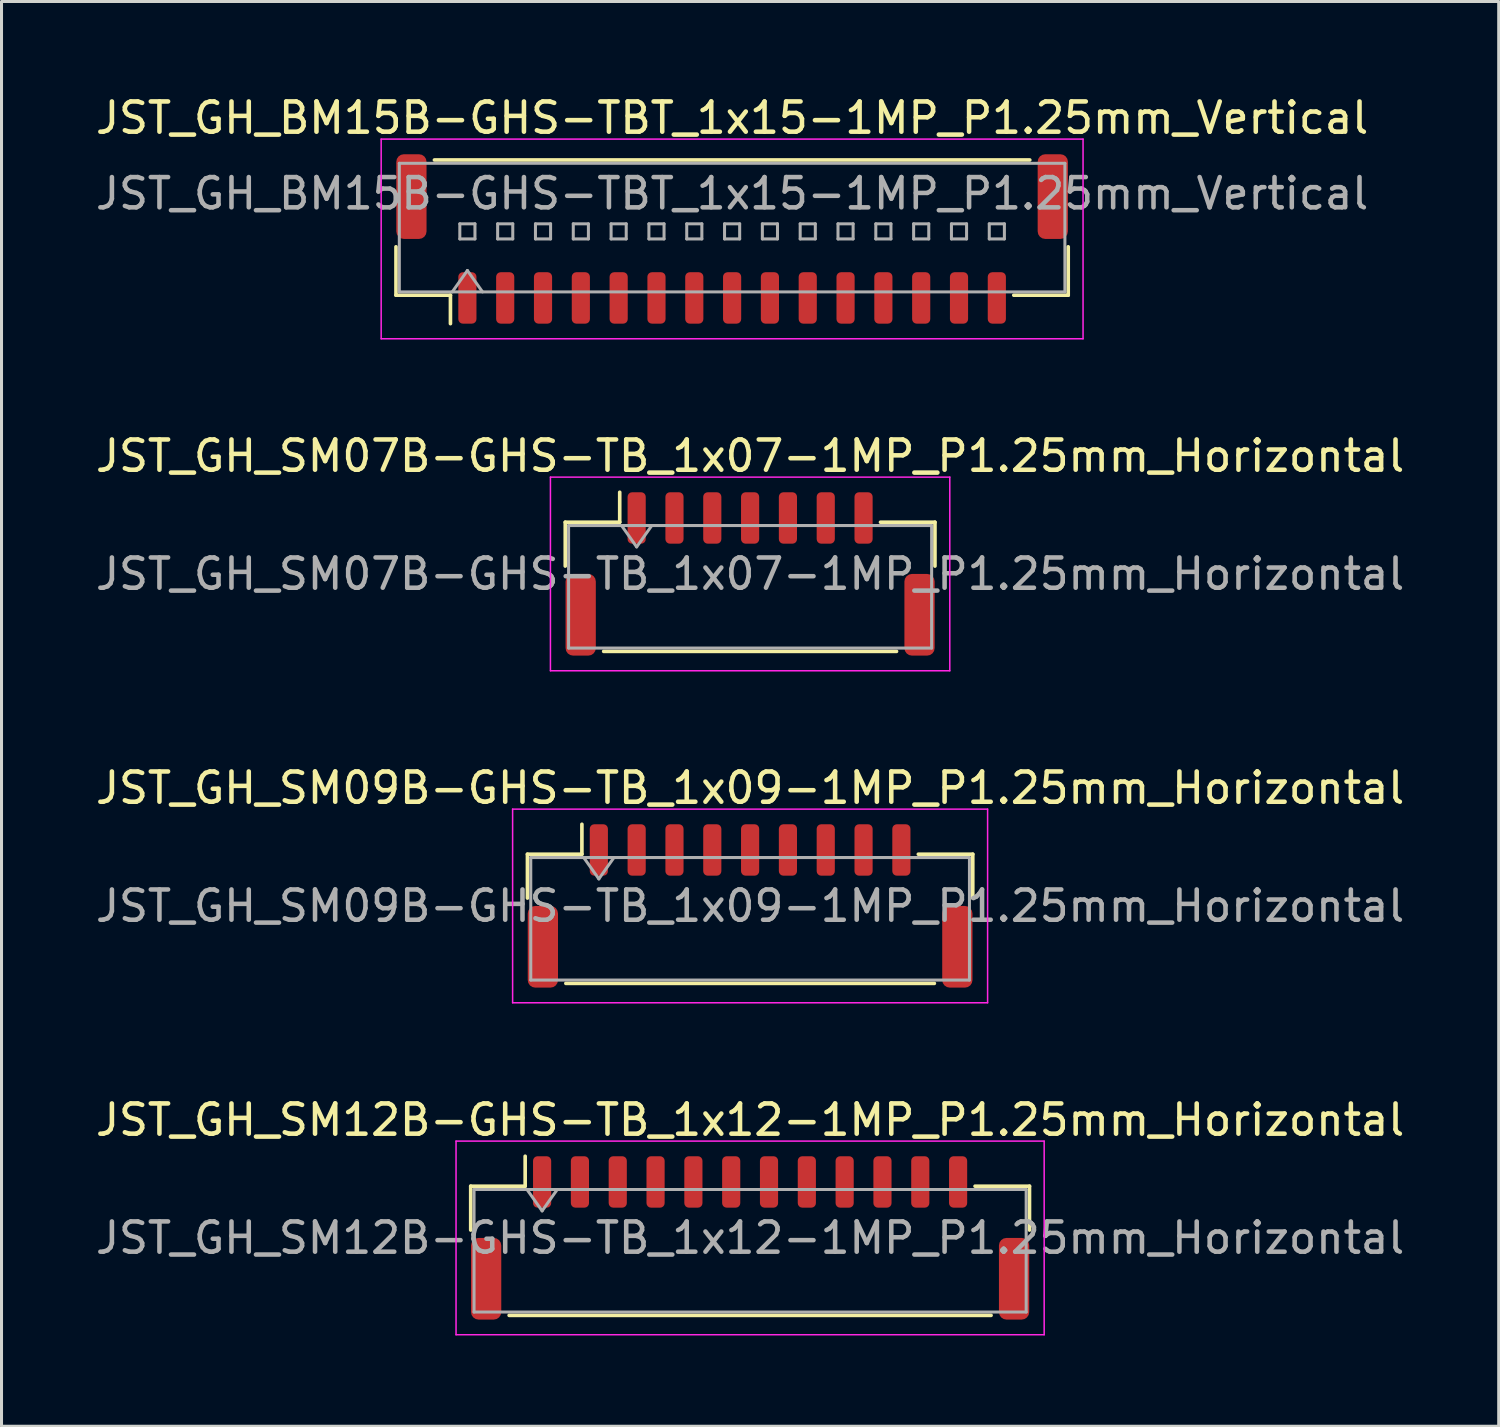
<source format=kicad_pcb>
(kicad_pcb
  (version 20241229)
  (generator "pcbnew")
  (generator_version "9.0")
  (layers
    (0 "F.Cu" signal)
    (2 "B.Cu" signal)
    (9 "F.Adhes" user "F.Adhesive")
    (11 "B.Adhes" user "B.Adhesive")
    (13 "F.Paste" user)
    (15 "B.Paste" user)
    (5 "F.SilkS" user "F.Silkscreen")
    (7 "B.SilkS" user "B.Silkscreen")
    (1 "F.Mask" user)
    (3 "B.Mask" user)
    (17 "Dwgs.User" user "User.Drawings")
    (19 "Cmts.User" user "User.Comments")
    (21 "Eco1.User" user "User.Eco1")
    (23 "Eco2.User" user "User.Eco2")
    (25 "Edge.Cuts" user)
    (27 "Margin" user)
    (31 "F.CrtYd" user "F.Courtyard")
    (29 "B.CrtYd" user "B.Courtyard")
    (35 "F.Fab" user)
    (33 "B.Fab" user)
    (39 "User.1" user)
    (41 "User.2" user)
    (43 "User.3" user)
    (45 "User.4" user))
  (footprint "JST_GH_SM12B-GHS-TB_1x12-1MP_P1.25mm_Horizontal"
    (layer "F.Cu")
    (at 21.744 37.868)
    (property "Reference" "JST_GH_SM12B-GHS-TB_1x12-1MP_P1.25mm_Horizontal" (at 0 -3.9 0) (layer "F.SilkS") (effects (font (size 1 1) (thickness 0.15))))
    (attr smd)
    (fp_line (start -9.235 -1.71) (end -7.435 -1.71) (stroke (width 0.12) (type solid)) (layer "F.SilkS"))
    (fp_line (start -9.235 -0.26) (end -9.235 -1.71) (stroke (width 0.12) (type solid)) (layer "F.SilkS"))
    (fp_line (start -7.965 2.56) (end 7.965 2.56) (stroke (width 0.12) (type solid)) (layer "F.SilkS"))
    (fp_line (start -7.435 -1.71) (end -7.435 -2.7) (stroke (width 0.12) (type solid)) (layer "F.SilkS"))
    (fp_line (start 9.235 -1.71) (end 7.435 -1.71) (stroke (width 0.12) (type solid)) (layer "F.SilkS"))
    (fp_line (start 9.235 -0.26) (end 9.235 -1.71) (stroke (width 0.12) (type solid)) (layer "F.SilkS"))
    (fp_line (start -9.72 -3.2) (end -9.72 3.2) (stroke (width 0.05) (type solid)) (layer "F.CrtYd"))
    (fp_line (start -9.72 3.2) (end 9.72 3.2) (stroke (width 0.05) (type solid)) (layer "F.CrtYd"))
    (fp_line (start 9.72 -3.2) (end -9.72 -3.2) (stroke (width 0.05) (type solid)) (layer "F.CrtYd"))
    (fp_line (start 9.72 3.2) (end 9.72 -3.2) (stroke (width 0.05) (type solid)) (layer "F.CrtYd"))
    (fp_line (start -9.125 -1.6) (end -9.125 2.45) (stroke (width 0.1) (type solid)) (layer "F.Fab"))
    (fp_line (start -9.125 -1.6) (end 9.125 -1.6) (stroke (width 0.1) (type solid)) (layer "F.Fab"))
    (fp_line (start -9.125 2.45) (end 9.125 2.45) (stroke (width 0.1) (type solid)) (layer "F.Fab"))
    (fp_line (start -7.375 -1.6) (end -6.875 -0.893) (stroke (width 0.1) (type solid)) (layer "F.Fab"))
    (fp_line (start -6.875 -0.893) (end -6.375 -1.6) (stroke (width 0.1) (type solid)) (layer "F.Fab"))
    (fp_line (start 9.125 -1.6) (end 9.125 2.45) (stroke (width 0.1) (type solid)) (layer "F.Fab"))
    (fp_text user "${REFERENCE}" (at 0 0 0) (layer "F.Fab") (effects (font (size 1 1) (thickness 0.15))))
    (pad "1" smd roundrect (at -6.875 -1.85) (size 0.6 1.7) (layers "F.Cu" "F.Mask" "F.Paste") (roundrect_rratio 0.25))
    (pad "2" smd roundrect (at -5.625 -1.85) (size 0.6 1.7) (layers "F.Cu" "F.Mask" "F.Paste") (roundrect_rratio 0.25))
    (pad "3" smd roundrect (at -4.375 -1.85) (size 0.6 1.7) (layers "F.Cu" "F.Mask" "F.Paste") (roundrect_rratio 0.25))
    (pad "4" smd roundrect (at -3.125 -1.85) (size 0.6 1.7) (layers "F.Cu" "F.Mask" "F.Paste") (roundrect_rratio 0.25))
    (pad "5" smd roundrect (at -1.875 -1.85) (size 0.6 1.7) (layers "F.Cu" "F.Mask" "F.Paste") (roundrect_rratio 0.25))
    (pad "6" smd roundrect (at -0.625 -1.85) (size 0.6 1.7) (layers "F.Cu" "F.Mask" "F.Paste") (roundrect_rratio 0.25))
    (pad "7" smd roundrect (at 0.625 -1.85) (size 0.6 1.7) (layers "F.Cu" "F.Mask" "F.Paste") (roundrect_rratio 0.25))
    (pad "8" smd roundrect (at 1.875 -1.85) (size 0.6 1.7) (layers "F.Cu" "F.Mask" "F.Paste") (roundrect_rratio 0.25))
    (pad "9" smd roundrect (at 3.125 -1.85) (size 0.6 1.7) (layers "F.Cu" "F.Mask" "F.Paste") (roundrect_rratio 0.25))
    (pad "10" smd roundrect (at 4.375 -1.85) (size 0.6 1.7) (layers "F.Cu" "F.Mask" "F.Paste") (roundrect_rratio 0.25))
    (pad "11" smd roundrect (at 5.625 -1.85) (size 0.6 1.7) (layers "F.Cu" "F.Mask" "F.Paste") (roundrect_rratio 0.25))
    (pad "12" smd roundrect (at 6.875 -1.85) (size 0.6 1.7) (layers "F.Cu" "F.Mask" "F.Paste") (roundrect_rratio 0.25))
    (pad "MP" smd roundrect (at -8.725 1.35) (size 1 2.7) (layers "F.Cu" "F.Mask" "F.Paste") (roundrect_rratio 0.25))
    (pad "MP" smd roundrect (at 8.725 1.35) (size 1 2.7) (layers "F.Cu" "F.Mask" "F.Paste") (roundrect_rratio 0.25)))
  (footprint "JST_GH_BM15B-GHS-TBT_1x15-1MP_P1.25mm_Vertical"
    (layer "F.Cu")
    (at 21.149 4.848)
    (property "Reference" "JST_GH_BM15B-GHS-TBT_1x15-1MP_P1.25mm_Vertical" (at 0 -4 0) (layer "F.SilkS") (effects (font (size 1 1) (thickness 0.15))))
    (attr smd)
    (fp_line (start -11.11 0.26) (end -11.11 1.86) (stroke (width 0.12) (type solid)) (layer "F.SilkS"))
    (fp_line (start -11.11 1.86) (end -9.31 1.86) (stroke (width 0.12) (type solid)) (layer "F.SilkS"))
    (fp_line (start -9.84 -2.61) (end 9.84 -2.61) (stroke (width 0.12) (type solid)) (layer "F.SilkS"))
    (fp_line (start -9.31 1.86) (end -9.31 2.8) (stroke (width 0.12) (type solid)) (layer "F.SilkS"))
    (fp_line (start 11.11 0.26) (end 11.11 1.86) (stroke (width 0.12) (type solid)) (layer "F.SilkS"))
    (fp_line (start 11.11 1.86) (end 9.31 1.86) (stroke (width 0.12) (type solid)) (layer "F.SilkS"))
    (fp_line (start -11.6 -3.3) (end -11.6 3.3) (stroke (width 0.05) (type solid)) (layer "F.CrtYd"))
    (fp_line (start -11.6 3.3) (end 11.6 3.3) (stroke (width 0.05) (type solid)) (layer "F.CrtYd"))
    (fp_line (start 11.6 -3.3) (end -11.6 -3.3) (stroke (width 0.05) (type solid)) (layer "F.CrtYd"))
    (fp_line (start 11.6 3.3) (end 11.6 -3.3) (stroke (width 0.05) (type solid)) (layer "F.CrtYd"))
    (fp_line (start -11 -2.5) (end 11 -2.5) (stroke (width 0.1) (type solid)) (layer "F.Fab"))
    (fp_line (start -11 1.75) (end -11 -2.5) (stroke (width 0.1) (type solid)) (layer "F.Fab"))
    (fp_line (start -11 1.75) (end 11 1.75) (stroke (width 0.1) (type solid)) (layer "F.Fab"))
    (fp_line (start -9.25 1.75) (end -8.75 1.043) (stroke (width 0.1) (type solid)) (layer "F.Fab"))
    (fp_line (start -9 -0.5) (end -9 0) (stroke (width 0.1) (type solid)) (layer "F.Fab"))
    (fp_line (start -9 0) (end -8.5 0) (stroke (width 0.1) (type solid)) (layer "F.Fab"))
    (fp_line (start -8.75 1.043) (end -8.25 1.75) (stroke (width 0.1) (type solid)) (layer "F.Fab"))
    (fp_line (start -8.5 -0.5) (end -9 -0.5) (stroke (width 0.1) (type solid)) (layer "F.Fab"))
    (fp_line (start -8.5 0) (end -8.5 -0.5) (stroke (width 0.1) (type solid)) (layer "F.Fab"))
    (fp_line (start -7.75 -0.5) (end -7.75 0) (stroke (width 0.1) (type solid)) (layer "F.Fab"))
    (fp_line (start -7.75 0) (end -7.25 0) (stroke (width 0.1) (type solid)) (layer "F.Fab"))
    (fp_line (start -7.25 -0.5) (end -7.75 -0.5) (stroke (width 0.1) (type solid)) (layer "F.Fab"))
    (fp_line (start -7.25 0) (end -7.25 -0.5) (stroke (width 0.1) (type solid)) (layer "F.Fab"))
    (fp_line (start -6.5 -0.5) (end -6.5 0) (stroke (width 0.1) (type solid)) (layer "F.Fab"))
    (fp_line (start -6.5 0) (end -6 0) (stroke (width 0.1) (type solid)) (layer "F.Fab"))
    (fp_line (start -6 -0.5) (end -6.5 -0.5) (stroke (width 0.1) (type solid)) (layer "F.Fab"))
    (fp_line (start -6 0) (end -6 -0.5) (stroke (width 0.1) (type solid)) (layer "F.Fab"))
    (fp_line (start -5.25 -0.5) (end -5.25 0) (stroke (width 0.1) (type solid)) (layer "F.Fab"))
    (fp_line (start -5.25 0) (end -4.75 0) (stroke (width 0.1) (type solid)) (layer "F.Fab"))
    (fp_line (start -4.75 -0.5) (end -5.25 -0.5) (stroke (width 0.1) (type solid)) (layer "F.Fab"))
    (fp_line (start -4.75 0) (end -4.75 -0.5) (stroke (width 0.1) (type solid)) (layer "F.Fab"))
    (fp_line (start -4 -0.5) (end -4 0) (stroke (width 0.1) (type solid)) (layer "F.Fab"))
    (fp_line (start -4 0) (end -3.5 0) (stroke (width 0.1) (type solid)) (layer "F.Fab"))
    (fp_line (start -3.5 -0.5) (end -4 -0.5) (stroke (width 0.1) (type solid)) (layer "F.Fab"))
    (fp_line (start -3.5 0) (end -3.5 -0.5) (stroke (width 0.1) (type solid)) (layer "F.Fab"))
    (fp_line (start -2.75 -0.5) (end -2.75 0) (stroke (width 0.1) (type solid)) (layer "F.Fab"))
    (fp_line (start -2.75 0) (end -2.25 0) (stroke (width 0.1) (type solid)) (layer "F.Fab"))
    (fp_line (start -2.25 -0.5) (end -2.75 -0.5) (stroke (width 0.1) (type solid)) (layer "F.Fab"))
    (fp_line (start -2.25 0) (end -2.25 -0.5) (stroke (width 0.1) (type solid)) (layer "F.Fab"))
    (fp_line (start -1.5 -0.5) (end -1.5 0) (stroke (width 0.1) (type solid)) (layer "F.Fab"))
    (fp_line (start -1.5 0) (end -1 0) (stroke (width 0.1) (type solid)) (layer "F.Fab"))
    (fp_line (start -1 -0.5) (end -1.5 -0.5) (stroke (width 0.1) (type solid)) (layer "F.Fab"))
    (fp_line (start -1 0) (end -1 -0.5) (stroke (width 0.1) (type solid)) (layer "F.Fab"))
    (fp_line (start -0.25 -0.5) (end -0.25 0) (stroke (width 0.1) (type solid)) (layer "F.Fab"))
    (fp_line (start -0.25 0) (end 0.25 0) (stroke (width 0.1) (type solid)) (layer "F.Fab"))
    (fp_line (start 0.25 -0.5) (end -0.25 -0.5) (stroke (width 0.1) (type solid)) (layer "F.Fab"))
    (fp_line (start 0.25 0) (end 0.25 -0.5) (stroke (width 0.1) (type solid)) (layer "F.Fab"))
    (fp_line (start 1 -0.5) (end 1 0) (stroke (width 0.1) (type solid)) (layer "F.Fab"))
    (fp_line (start 1 0) (end 1.5 0) (stroke (width 0.1) (type solid)) (layer "F.Fab"))
    (fp_line (start 1.5 -0.5) (end 1 -0.5) (stroke (width 0.1) (type solid)) (layer "F.Fab"))
    (fp_line (start 1.5 0) (end 1.5 -0.5) (stroke (width 0.1) (type solid)) (layer "F.Fab"))
    (fp_line (start 2.25 -0.5) (end 2.25 0) (stroke (width 0.1) (type solid)) (layer "F.Fab"))
    (fp_line (start 2.25 0) (end 2.75 0) (stroke (width 0.1) (type solid)) (layer "F.Fab"))
    (fp_line (start 2.75 -0.5) (end 2.25 -0.5) (stroke (width 0.1) (type solid)) (layer "F.Fab"))
    (fp_line (start 2.75 0) (end 2.75 -0.5) (stroke (width 0.1) (type solid)) (layer "F.Fab"))
    (fp_line (start 3.5 -0.5) (end 3.5 0) (stroke (width 0.1) (type solid)) (layer "F.Fab"))
    (fp_line (start 3.5 0) (end 4 0) (stroke (width 0.1) (type solid)) (layer "F.Fab"))
    (fp_line (start 4 -0.5) (end 3.5 -0.5) (stroke (width 0.1) (type solid)) (layer "F.Fab"))
    (fp_line (start 4 0) (end 4 -0.5) (stroke (width 0.1) (type solid)) (layer "F.Fab"))
    (fp_line (start 4.75 -0.5) (end 4.75 0) (stroke (width 0.1) (type solid)) (layer "F.Fab"))
    (fp_line (start 4.75 0) (end 5.25 0) (stroke (width 0.1) (type solid)) (layer "F.Fab"))
    (fp_line (start 5.25 -0.5) (end 4.75 -0.5) (stroke (width 0.1) (type solid)) (layer "F.Fab"))
    (fp_line (start 5.25 0) (end 5.25 -0.5) (stroke (width 0.1) (type solid)) (layer "F.Fab"))
    (fp_line (start 6 -0.5) (end 6 0) (stroke (width 0.1) (type solid)) (layer "F.Fab"))
    (fp_line (start 6 0) (end 6.5 0) (stroke (width 0.1) (type solid)) (layer "F.Fab"))
    (fp_line (start 6.5 -0.5) (end 6 -0.5) (stroke (width 0.1) (type solid)) (layer "F.Fab"))
    (fp_line (start 6.5 0) (end 6.5 -0.5) (stroke (width 0.1) (type solid)) (layer "F.Fab"))
    (fp_line (start 7.25 -0.5) (end 7.25 0) (stroke (width 0.1) (type solid)) (layer "F.Fab"))
    (fp_line (start 7.25 0) (end 7.75 0) (stroke (width 0.1) (type solid)) (layer "F.Fab"))
    (fp_line (start 7.75 -0.5) (end 7.25 -0.5) (stroke (width 0.1) (type solid)) (layer "F.Fab"))
    (fp_line (start 7.75 0) (end 7.75 -0.5) (stroke (width 0.1) (type solid)) (layer "F.Fab"))
    (fp_line (start 8.5 -0.5) (end 8.5 0) (stroke (width 0.1) (type solid)) (layer "F.Fab"))
    (fp_line (start 8.5 0) (end 9 0) (stroke (width 0.1) (type solid)) (layer "F.Fab"))
    (fp_line (start 9 -0.5) (end 8.5 -0.5) (stroke (width 0.1) (type solid)) (layer "F.Fab"))
    (fp_line (start 9 0) (end 9 -0.5) (stroke (width 0.1) (type solid)) (layer "F.Fab"))
    (fp_line (start 11 1.75) (end 11 -2.5) (stroke (width 0.1) (type solid)) (layer "F.Fab"))
    (fp_text user "${REFERENCE}" (at 0 -1.5 0) (layer "F.Fab") (effects (font (size 1 1) (thickness 0.15))))
    (pad "1" smd roundrect (at -8.75 1.95) (size 0.6 1.7) (layers "F.Cu" "F.Mask" "F.Paste") (roundrect_rratio 0.25))
    (pad "2" smd roundrect (at -7.5 1.95) (size 0.6 1.7) (layers "F.Cu" "F.Mask" "F.Paste") (roundrect_rratio 0.25))
    (pad "3" smd roundrect (at -6.25 1.95) (size 0.6 1.7) (layers "F.Cu" "F.Mask" "F.Paste") (roundrect_rratio 0.25))
    (pad "4" smd roundrect (at -5 1.95) (size 0.6 1.7) (layers "F.Cu" "F.Mask" "F.Paste") (roundrect_rratio 0.25))
    (pad "5" smd roundrect (at -3.75 1.95) (size 0.6 1.7) (layers "F.Cu" "F.Mask" "F.Paste") (roundrect_rratio 0.25))
    (pad "6" smd roundrect (at -2.5 1.95) (size 0.6 1.7) (layers "F.Cu" "F.Mask" "F.Paste") (roundrect_rratio 0.25))
    (pad "7" smd roundrect (at -1.25 1.95) (size 0.6 1.7) (layers "F.Cu" "F.Mask" "F.Paste") (roundrect_rratio 0.25))
    (pad "8" smd roundrect (at 0 1.95) (size 0.6 1.7) (layers "F.Cu" "F.Mask" "F.Paste") (roundrect_rratio 0.25))
    (pad "9" smd roundrect (at 1.25 1.95) (size 0.6 1.7) (layers "F.Cu" "F.Mask" "F.Paste") (roundrect_rratio 0.25))
    (pad "10" smd roundrect (at 2.5 1.95) (size 0.6 1.7) (layers "F.Cu" "F.Mask" "F.Paste") (roundrect_rratio 0.25))
    (pad "11" smd roundrect (at 3.75 1.95) (size 0.6 1.7) (layers "F.Cu" "F.Mask" "F.Paste") (roundrect_rratio 0.25))
    (pad "12" smd roundrect (at 5 1.95) (size 0.6 1.7) (layers "F.Cu" "F.Mask" "F.Paste") (roundrect_rratio 0.25))
    (pad "13" smd roundrect (at 6.25 1.95) (size 0.6 1.7) (layers "F.Cu" "F.Mask" "F.Paste") (roundrect_rratio 0.25))
    (pad "14" smd roundrect (at 7.5 1.95) (size 0.6 1.7) (layers "F.Cu" "F.Mask" "F.Paste") (roundrect_rratio 0.25))
    (pad "15" smd roundrect (at 8.75 1.95) (size 0.6 1.7) (layers "F.Cu" "F.Mask" "F.Paste") (roundrect_rratio 0.25))
    (pad "MP" smd roundrect (at -10.6 -1.4) (size 1 2.8) (layers "F.Cu" "F.Mask" "F.Paste") (roundrect_rratio 0.25))
    (pad "MP" smd roundrect (at 10.6 -1.4) (size 1 2.8) (layers "F.Cu" "F.Mask" "F.Paste") (roundrect_rratio 0.25)))
  (footprint "JST_GH_SM09B-GHS-TB_1x09-1MP_P1.25mm_Horizontal"
    (layer "F.Cu")
    (at 21.744 26.895)
    (property "Reference" "JST_GH_SM09B-GHS-TB_1x09-1MP_P1.25mm_Horizontal" (at 0 -3.9 0) (layer "F.SilkS") (effects (font (size 1 1) (thickness 0.15))))
    (attr smd)
    (fp_line (start -7.36 -1.71) (end -5.56 -1.71) (stroke (width 0.12) (type solid)) (layer "F.SilkS"))
    (fp_line (start -7.36 -0.26) (end -7.36 -1.71) (stroke (width 0.12) (type solid)) (layer "F.SilkS"))
    (fp_line (start -6.09 2.56) (end 6.09 2.56) (stroke (width 0.12) (type solid)) (layer "F.SilkS"))
    (fp_line (start -5.56 -1.71) (end -5.56 -2.7) (stroke (width 0.12) (type solid)) (layer "F.SilkS"))
    (fp_line (start 7.36 -1.71) (end 5.56 -1.71) (stroke (width 0.12) (type solid)) (layer "F.SilkS"))
    (fp_line (start 7.36 -0.26) (end 7.36 -1.71) (stroke (width 0.12) (type solid)) (layer "F.SilkS"))
    (fp_line (start -7.85 -3.2) (end -7.85 3.2) (stroke (width 0.05) (type solid)) (layer "F.CrtYd"))
    (fp_line (start -7.85 3.2) (end 7.85 3.2) (stroke (width 0.05) (type solid)) (layer "F.CrtYd"))
    (fp_line (start 7.85 -3.2) (end -7.85 -3.2) (stroke (width 0.05) (type solid)) (layer "F.CrtYd"))
    (fp_line (start 7.85 3.2) (end 7.85 -3.2) (stroke (width 0.05) (type solid)) (layer "F.CrtYd"))
    (fp_line (start -7.25 -1.6) (end -7.25 2.45) (stroke (width 0.1) (type solid)) (layer "F.Fab"))
    (fp_line (start -7.25 -1.6) (end 7.25 -1.6) (stroke (width 0.1) (type solid)) (layer "F.Fab"))
    (fp_line (start -7.25 2.45) (end 7.25 2.45) (stroke (width 0.1) (type solid)) (layer "F.Fab"))
    (fp_line (start -5.5 -1.6) (end -5 -0.893) (stroke (width 0.1) (type solid)) (layer "F.Fab"))
    (fp_line (start -5 -0.893) (end -4.5 -1.6) (stroke (width 0.1) (type solid)) (layer "F.Fab"))
    (fp_line (start 7.25 -1.6) (end 7.25 2.45) (stroke (width 0.1) (type solid)) (layer "F.Fab"))
    (fp_text user "${REFERENCE}" (at 0 0 0) (layer "F.Fab") (effects (font (size 1 1) (thickness 0.15))))
    (pad "1" smd roundrect (at -5 -1.85) (size 0.6 1.7) (layers "F.Cu" "F.Mask" "F.Paste") (roundrect_rratio 0.25))
    (pad "2" smd roundrect (at -3.75 -1.85) (size 0.6 1.7) (layers "F.Cu" "F.Mask" "F.Paste") (roundrect_rratio 0.25))
    (pad "3" smd roundrect (at -2.5 -1.85) (size 0.6 1.7) (layers "F.Cu" "F.Mask" "F.Paste") (roundrect_rratio 0.25))
    (pad "4" smd roundrect (at -1.25 -1.85) (size 0.6 1.7) (layers "F.Cu" "F.Mask" "F.Paste") (roundrect_rratio 0.25))
    (pad "5" smd roundrect (at 0 -1.85) (size 0.6 1.7) (layers "F.Cu" "F.Mask" "F.Paste") (roundrect_rratio 0.25))
    (pad "6" smd roundrect (at 1.25 -1.85) (size 0.6 1.7) (layers "F.Cu" "F.Mask" "F.Paste") (roundrect_rratio 0.25))
    (pad "7" smd roundrect (at 2.5 -1.85) (size 0.6 1.7) (layers "F.Cu" "F.Mask" "F.Paste") (roundrect_rratio 0.25))
    (pad "8" smd roundrect (at 3.75 -1.85) (size 0.6 1.7) (layers "F.Cu" "F.Mask" "F.Paste") (roundrect_rratio 0.25))
    (pad "9" smd roundrect (at 5 -1.85) (size 0.6 1.7) (layers "F.Cu" "F.Mask" "F.Paste") (roundrect_rratio 0.25))
    (pad "MP" smd roundrect (at -6.85 1.35) (size 1 2.7) (layers "F.Cu" "F.Mask" "F.Paste") (roundrect_rratio 0.25))
    (pad "MP" smd roundrect (at 6.85 1.35) (size 1 2.7) (layers "F.Cu" "F.Mask" "F.Paste") (roundrect_rratio 0.25)))
  (footprint "JST_GH_SM07B-GHS-TB_1x07-1MP_P1.25mm_Horizontal"
    (layer "F.Cu")
    (at 21.744 15.921)
    (property "Reference" "JST_GH_SM07B-GHS-TB_1x07-1MP_P1.25mm_Horizontal" (at 0 -3.9 0) (layer "F.SilkS") (effects (font (size 1 1) (thickness 0.15))))
    (attr smd)
    (fp_line (start -6.11 -1.71) (end -4.31 -1.71) (stroke (width 0.12) (type solid)) (layer "F.SilkS"))
    (fp_line (start -6.11 -0.26) (end -6.11 -1.71) (stroke (width 0.12) (type solid)) (layer "F.SilkS"))
    (fp_line (start -4.84 2.56) (end 4.84 2.56) (stroke (width 0.12) (type solid)) (layer "F.SilkS"))
    (fp_line (start -4.31 -1.71) (end -4.31 -2.7) (stroke (width 0.12) (type solid)) (layer "F.SilkS"))
    (fp_line (start 6.11 -1.71) (end 4.31 -1.71) (stroke (width 0.12) (type solid)) (layer "F.SilkS"))
    (fp_line (start 6.11 -0.26) (end 6.11 -1.71) (stroke (width 0.12) (type solid)) (layer "F.SilkS"))
    (fp_line (start -6.6 -3.2) (end -6.6 3.2) (stroke (width 0.05) (type solid)) (layer "F.CrtYd"))
    (fp_line (start -6.6 3.2) (end 6.6 3.2) (stroke (width 0.05) (type solid)) (layer "F.CrtYd"))
    (fp_line (start 6.6 -3.2) (end -6.6 -3.2) (stroke (width 0.05) (type solid)) (layer "F.CrtYd"))
    (fp_line (start 6.6 3.2) (end 6.6 -3.2) (stroke (width 0.05) (type solid)) (layer "F.CrtYd"))
    (fp_line (start -6 -1.6) (end -6 2.45) (stroke (width 0.1) (type solid)) (layer "F.Fab"))
    (fp_line (start -6 -1.6) (end 6 -1.6) (stroke (width 0.1) (type solid)) (layer "F.Fab"))
    (fp_line (start -6 2.45) (end 6 2.45) (stroke (width 0.1) (type solid)) (layer "F.Fab"))
    (fp_line (start -4.25 -1.6) (end -3.75 -0.893) (stroke (width 0.1) (type solid)) (layer "F.Fab"))
    (fp_line (start -3.75 -0.893) (end -3.25 -1.6) (stroke (width 0.1) (type solid)) (layer "F.Fab"))
    (fp_line (start 6 -1.6) (end 6 2.45) (stroke (width 0.1) (type solid)) (layer "F.Fab"))
    (fp_text user "${REFERENCE}" (at 0 0 0) (layer "F.Fab") (effects (font (size 1 1) (thickness 0.15))))
    (pad "1" smd roundrect (at -3.75 -1.85) (size 0.6 1.7) (layers "F.Cu" "F.Mask" "F.Paste") (roundrect_rratio 0.25))
    (pad "2" smd roundrect (at -2.5 -1.85) (size 0.6 1.7) (layers "F.Cu" "F.Mask" "F.Paste") (roundrect_rratio 0.25))
    (pad "3" smd roundrect (at -1.25 -1.85) (size 0.6 1.7) (layers "F.Cu" "F.Mask" "F.Paste") (roundrect_rratio 0.25))
    (pad "4" smd roundrect (at 0 -1.85) (size 0.6 1.7) (layers "F.Cu" "F.Mask" "F.Paste") (roundrect_rratio 0.25))
    (pad "5" smd roundrect (at 1.25 -1.85) (size 0.6 1.7) (layers "F.Cu" "F.Mask" "F.Paste") (roundrect_rratio 0.25))
    (pad "6" smd roundrect (at 2.5 -1.85) (size 0.6 1.7) (layers "F.Cu" "F.Mask" "F.Paste") (roundrect_rratio 0.25))
    (pad "7" smd roundrect (at 3.75 -1.85) (size 0.6 1.7) (layers "F.Cu" "F.Mask" "F.Paste") (roundrect_rratio 0.25))
    (pad "MP" smd roundrect (at -5.6 1.35) (size 1 2.7) (layers "F.Cu" "F.Mask" "F.Paste") (roundrect_rratio 0.25))
    (pad "MP" smd roundrect (at 5.6 1.35) (size 1 2.7) (layers "F.Cu" "F.Mask" "F.Paste") (roundrect_rratio 0.25)))
  (gr_rect
    (start -3 -3)
    (end 46.488 44.093)
    (stroke (width 0.1) (type default))
    (fill no)
    (layer "Edge.Cuts")))
</source>
